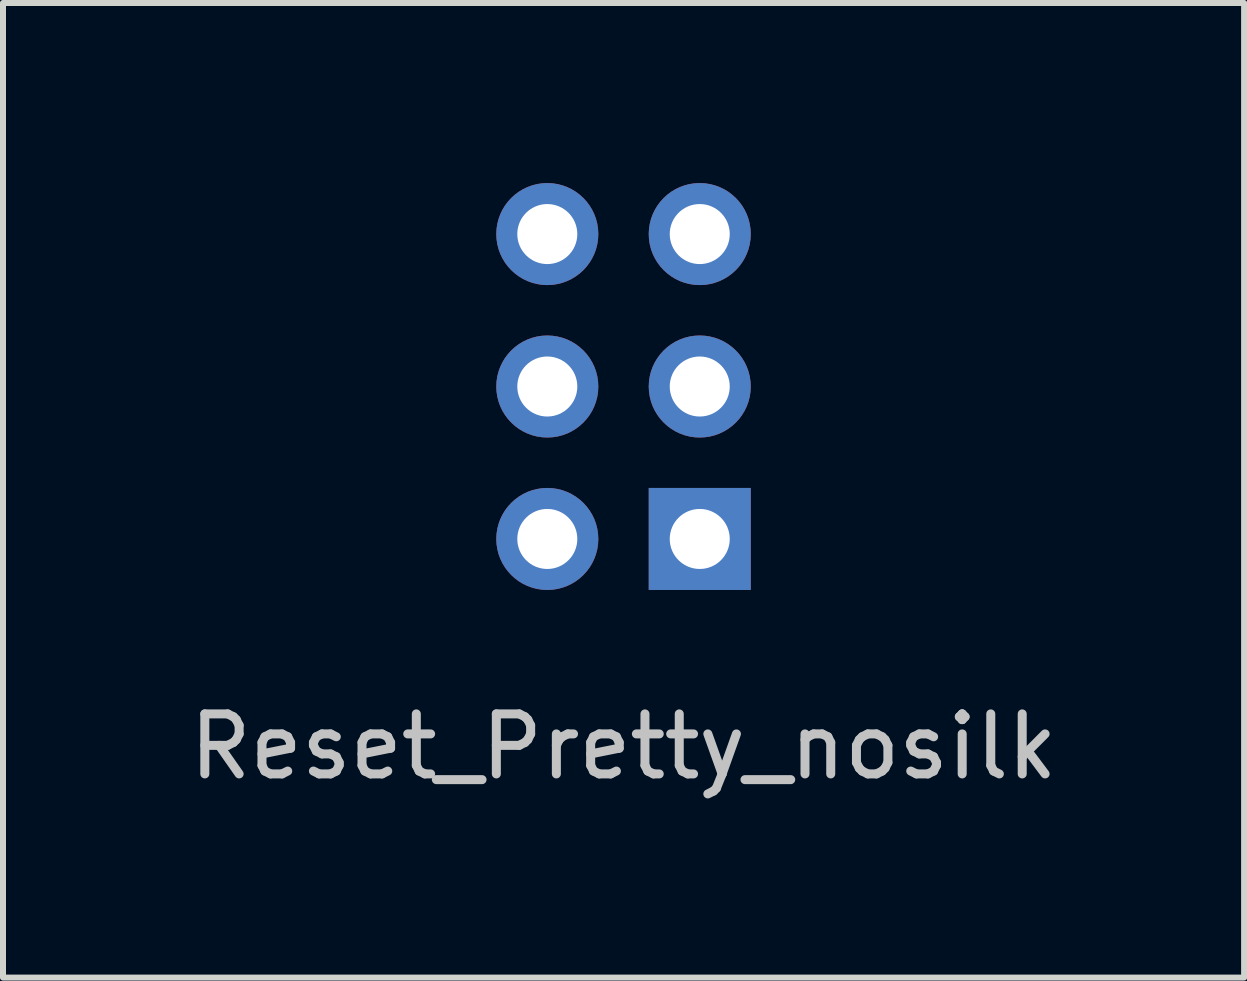
<source format=kicad_pcb>
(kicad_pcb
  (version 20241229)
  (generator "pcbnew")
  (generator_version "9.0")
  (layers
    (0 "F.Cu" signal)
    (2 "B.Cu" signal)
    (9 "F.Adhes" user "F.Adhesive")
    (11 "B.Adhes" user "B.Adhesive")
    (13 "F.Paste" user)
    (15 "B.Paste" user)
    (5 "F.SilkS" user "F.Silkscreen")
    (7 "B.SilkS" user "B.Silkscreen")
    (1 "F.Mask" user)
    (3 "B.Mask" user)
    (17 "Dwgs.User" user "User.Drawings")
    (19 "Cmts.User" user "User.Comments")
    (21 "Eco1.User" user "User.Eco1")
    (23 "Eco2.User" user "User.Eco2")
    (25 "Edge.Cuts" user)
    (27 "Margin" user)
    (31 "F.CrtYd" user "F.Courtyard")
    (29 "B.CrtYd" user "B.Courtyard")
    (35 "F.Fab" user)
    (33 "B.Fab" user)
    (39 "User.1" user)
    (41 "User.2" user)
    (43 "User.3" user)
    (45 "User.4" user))
  (footprint "Reset_Pretty_nosilk"
    (layer "F.Cu")
    (at 7.339 3.39)
    (property "Reference" "Reset_Pretty_nosilk" (at 0 6 0) (layer "Dwgs.User") (effects (font (size 1 1) (thickness 0.15))))
    (attr exclude_from_pos_files exclude_from_bom)
    (pad "1" thru_hole circle (at -1.27 -2.54) (size 1.7 1.7) (drill 1) (layers "*.Cu" "*.Mask"))
    (pad "2" thru_hole circle (at 1.27 -2.54) (size 1.7 1.7) (drill 1) (layers "*.Cu" "*.Mask"))
    (pad "3" thru_hole circle (at -1.27 0) (size 1.7 1.7) (drill 1) (layers "*.Cu" "*.Mask"))
    (pad "4" thru_hole circle (at 1.27 0) (size 1.7 1.7) (drill 1) (layers "*.Cu" "*.Mask"))
    (pad "5" thru_hole circle (at -1.27 2.54) (size 1.7 1.7) (drill 1) (layers "*.Cu" "*.Mask"))
    (pad "6" thru_hole rect (at 1.27 2.54) (size 1.7 1.7) (drill 1) (layers "*.Cu" "*.Mask")))
  (gr_rect
    (start -3 -3)
    (end 17.679 13.238)
    (stroke (width 0.1) (type default))
    (fill no)
    (layer "Edge.Cuts")))
</source>
